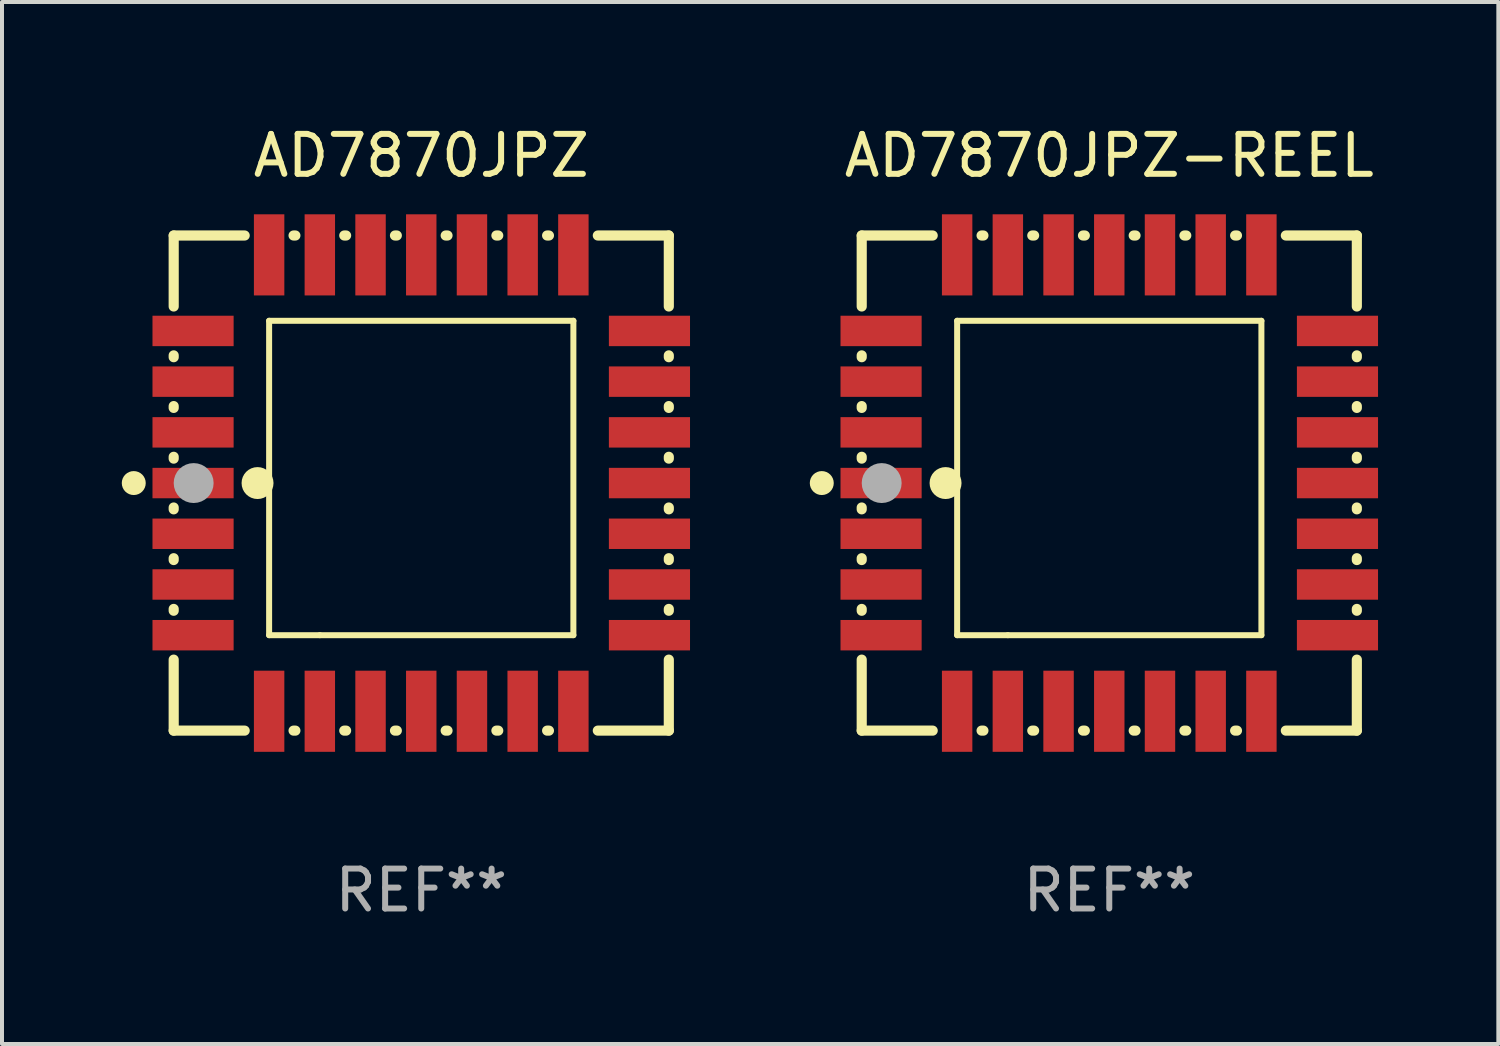
<source format=kicad_pcb>
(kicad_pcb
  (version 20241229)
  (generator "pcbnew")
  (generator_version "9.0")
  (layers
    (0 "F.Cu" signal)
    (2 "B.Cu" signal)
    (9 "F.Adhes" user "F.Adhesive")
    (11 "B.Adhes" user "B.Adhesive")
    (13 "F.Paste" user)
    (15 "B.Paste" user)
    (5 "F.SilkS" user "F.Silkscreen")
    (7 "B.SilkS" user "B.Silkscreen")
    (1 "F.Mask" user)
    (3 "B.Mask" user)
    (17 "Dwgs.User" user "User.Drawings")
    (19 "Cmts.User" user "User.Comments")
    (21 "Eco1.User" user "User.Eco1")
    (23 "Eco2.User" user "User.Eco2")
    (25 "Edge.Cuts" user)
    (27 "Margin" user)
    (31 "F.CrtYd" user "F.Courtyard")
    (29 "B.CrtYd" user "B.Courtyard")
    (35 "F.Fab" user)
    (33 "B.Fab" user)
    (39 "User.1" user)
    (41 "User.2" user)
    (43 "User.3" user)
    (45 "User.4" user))
  (footprint "AD7870JPZ-REEL"
    (layer "F.Cu")
    (at 24.731 9.048)
    (property "Reference" "AD7870JPZ-REEL" (at 0 -8.2 0) (layer "F.SilkS") (effects (font (size 1 1) (thickness 0.15))))
    (attr through_hole)
    (fp_line (start -6.2 -6.2) (end -4.422 -6.2) (stroke (width 0.254) (type solid)) (layer "F.SilkS"))
    (fp_line (start -6.2 -4.422) (end -6.2 -6.2) (stroke (width 0.254) (type solid)) (layer "F.SilkS"))
    (fp_line (start -6.2 -3.152) (end -6.2 -3.198) (stroke (width 0.254) (type solid)) (layer "F.SilkS"))
    (fp_line (start -6.2 -1.882) (end -6.2 -1.928) (stroke (width 0.254) (type solid)) (layer "F.SilkS"))
    (fp_line (start -6.2 -0.612) (end -6.2 -0.658) (stroke (width 0.254) (type solid)) (layer "F.SilkS"))
    (fp_line (start -6.2 0.658) (end -6.2 0.612) (stroke (width 0.254) (type solid)) (layer "F.SilkS"))
    (fp_line (start -6.2 1.928) (end -6.2 1.882) (stroke (width 0.254) (type solid)) (layer "F.SilkS"))
    (fp_line (start -6.2 3.198) (end -6.2 3.152) (stroke (width 0.254) (type solid)) (layer "F.SilkS"))
    (fp_line (start -6.2 6.2) (end -6.2 4.422) (stroke (width 0.254) (type solid)) (layer "F.SilkS"))
    (fp_line (start -4.422 6.2) (end -6.2 6.2) (stroke (width 0.254) (type solid)) (layer "F.SilkS"))
    (fp_line (start -3.81 -4.064) (end 3.81 -4.064) (stroke (width 0.15) (type solid)) (layer "F.SilkS"))
    (fp_line (start -3.81 3.81) (end -3.81 -4.064) (stroke (width 0.15) (type solid)) (layer "F.SilkS"))
    (fp_line (start -3.198 -6.2) (end -3.152 -6.2) (stroke (width 0.254) (type solid)) (layer "F.SilkS"))
    (fp_line (start -3.152 6.2) (end -3.198 6.2) (stroke (width 0.254) (type solid)) (layer "F.SilkS"))
    (fp_line (start -2.54 3.81) (end -3.81 3.81) (stroke (width 0.15) (type solid)) (layer "F.SilkS"))
    (fp_line (start -1.928 -6.2) (end -1.882 -6.2) (stroke (width 0.254) (type solid)) (layer "F.SilkS"))
    (fp_line (start -1.882 6.2) (end -1.928 6.2) (stroke (width 0.254) (type solid)) (layer "F.SilkS"))
    (fp_line (start -0.658 -6.2) (end -0.612 -6.2) (stroke (width 0.254) (type solid)) (layer "F.SilkS"))
    (fp_line (start -0.612 6.2) (end -0.658 6.2) (stroke (width 0.254) (type solid)) (layer "F.SilkS"))
    (fp_line (start 0.612 -6.2) (end 0.658 -6.2) (stroke (width 0.254) (type solid)) (layer "F.SilkS"))
    (fp_line (start 0.658 6.2) (end 0.612 6.2) (stroke (width 0.254) (type solid)) (layer "F.SilkS"))
    (fp_line (start 1.882 -6.2) (end 1.928 -6.2) (stroke (width 0.254) (type solid)) (layer "F.SilkS"))
    (fp_line (start 1.928 6.2) (end 1.882 6.2) (stroke (width 0.254) (type solid)) (layer "F.SilkS"))
    (fp_line (start 3.152 -6.2) (end 3.198 -6.2) (stroke (width 0.254) (type solid)) (layer "F.SilkS"))
    (fp_line (start 3.198 6.2) (end 3.152 6.2) (stroke (width 0.254) (type solid)) (layer "F.SilkS"))
    (fp_line (start 3.81 -4.064) (end 3.81 3.81) (stroke (width 0.15) (type solid)) (layer "F.SilkS"))
    (fp_line (start 3.81 3.81) (end -2.54 3.81) (stroke (width 0.15) (type solid)) (layer "F.SilkS"))
    (fp_line (start 4.422 -6.2) (end 6.2 -6.2) (stroke (width 0.254) (type solid)) (layer "F.SilkS"))
    (fp_line (start 6.2 -6.2) (end 6.2 -4.422) (stroke (width 0.254) (type solid)) (layer "F.SilkS"))
    (fp_line (start 6.2 -3.198) (end 6.2 -3.152) (stroke (width 0.254) (type solid)) (layer "F.SilkS"))
    (fp_line (start 6.2 -1.928) (end 6.2 -1.882) (stroke (width 0.254) (type solid)) (layer "F.SilkS"))
    (fp_line (start 6.2 -0.658) (end 6.2 -0.612) (stroke (width 0.254) (type solid)) (layer "F.SilkS"))
    (fp_line (start 6.2 0.612) (end 6.2 0.658) (stroke (width 0.254) (type solid)) (layer "F.SilkS"))
    (fp_line (start 6.2 1.882) (end 6.2 1.928) (stroke (width 0.254) (type solid)) (layer "F.SilkS"))
    (fp_line (start 6.2 3.152) (end 6.2 3.198) (stroke (width 0.254) (type solid)) (layer "F.SilkS"))
    (fp_line (start 6.2 4.422) (end 6.2 6.2) (stroke (width 0.254) (type solid)) (layer "F.SilkS"))
    (fp_line (start 6.2 6.2) (end 4.422 6.2) (stroke (width 0.254) (type solid)) (layer "F.SilkS"))
    (fp_circle (center -7.2 0) (end -7.05 0) (stroke (width 0.3) (type solid)) (fill no) (layer "F.SilkS"))
    (fp_circle (center -6.223 6.223) (end -6.193 6.223) (stroke (width 0.06) (type solid)) (fill no) (layer "F.SilkS"))
    (fp_circle (center -4.1 0) (end -3.9 0) (stroke (width 0.4) (type solid)) (fill no) (layer "F.SilkS"))
    (fp_circle (center -5.7 0) (end -5.45 0) (stroke (width 0.5) (type solid)) (fill no) (layer "F.Fab"))
    (fp_text user "REF**" (at 0 10.2 0) (layer "F.Fab") (effects (font (size 1 1) (thickness 0.15))))
    (pad "1" smd rect (at -5.715 0) (size 2.032 0.762) (layers "F.Cu" "F.Mask" "F.Paste"))
    (pad "2" smd rect (at -5.715 1.27) (size 2.032 0.762) (layers "F.Cu" "F.Mask" "F.Paste"))
    (pad "3" smd rect (at -5.715 2.54) (size 2.032 0.762) (layers "F.Cu" "F.Mask" "F.Paste"))
    (pad "4" smd rect (at -5.715 3.81) (size 2.032 0.762) (layers "F.Cu" "F.Mask" "F.Paste"))
    (pad "5" smd rect (at -3.81 5.715) (size 0.762 2.032) (layers "F.Cu" "F.Mask" "F.Paste"))
    (pad "6" smd rect (at -2.54 5.715) (size 0.762 2.032) (layers "F.Cu" "F.Mask" "F.Paste"))
    (pad "7" smd rect (at -1.27 5.715) (size 0.762 2.032) (layers "F.Cu" "F.Mask" "F.Paste"))
    (pad "8" smd rect (at 0 5.715) (size 0.762 2.032) (layers "F.Cu" "F.Mask" "F.Paste"))
    (pad "9" smd rect (at 1.27 5.715) (size 0.762 2.032) (layers "F.Cu" "F.Mask" "F.Paste"))
    (pad "10" smd rect (at 2.54 5.715) (size 0.762 2.032) (layers "F.Cu" "F.Mask" "F.Paste"))
    (pad "11" smd rect (at 3.81 5.715) (size 0.762 2.032) (layers "F.Cu" "F.Mask" "F.Paste"))
    (pad "12" smd rect (at 5.715 3.81) (size 2.032 0.762) (layers "F.Cu" "F.Mask" "F.Paste"))
    (pad "13" smd rect (at 5.715 2.54) (size 2.032 0.762) (layers "F.Cu" "F.Mask" "F.Paste"))
    (pad "14" smd rect (at 5.715 1.27) (size 2.032 0.762) (layers "F.Cu" "F.Mask" "F.Paste"))
    (pad "15" smd rect (at 5.715 0) (size 2.032 0.762) (layers "F.Cu" "F.Mask" "F.Paste"))
    (pad "16" smd rect (at 5.715 -1.27) (size 2.032 0.762) (layers "F.Cu" "F.Mask" "F.Paste"))
    (pad "17" smd rect (at 5.715 -2.54) (size 2.032 0.762) (layers "F.Cu" "F.Mask" "F.Paste"))
    (pad "18" smd rect (at 5.715 -3.81) (size 2.032 0.762) (layers "F.Cu" "F.Mask" "F.Paste"))
    (pad "19" smd rect (at 3.81 -5.715) (size 0.762 2.032) (layers "F.Cu" "F.Mask" "F.Paste"))
    (pad "20" smd rect (at 2.54 -5.715) (size 0.762 2.032) (layers "F.Cu" "F.Mask" "F.Paste"))
    (pad "21" smd rect (at 1.27 -5.715) (size 0.762 2.032) (layers "F.Cu" "F.Mask" "F.Paste"))
    (pad "22" smd rect (at 0 -5.715) (size 0.762 2.032) (layers "F.Cu" "F.Mask" "F.Paste"))
    (pad "23" smd rect (at -1.27 -5.715) (size 0.762 2.032) (layers "F.Cu" "F.Mask" "F.Paste"))
    (pad "24" smd rect (at -2.54 -5.715) (size 0.762 2.032) (layers "F.Cu" "F.Mask" "F.Paste"))
    (pad "25" smd rect (at -3.81 -5.715) (size 0.762 2.032) (layers "F.Cu" "F.Mask" "F.Paste"))
    (pad "26" smd rect (at -5.715 -3.81) (size 2.032 0.762) (layers "F.Cu" "F.Mask" "F.Paste"))
    (pad "27" smd rect (at -5.715 -2.54) (size 2.032 0.762) (layers "F.Cu" "F.Mask" "F.Paste"))
    (pad "28" smd rect (at -5.715 -1.27) (size 2.032 0.762) (layers "F.Cu" "F.Mask" "F.Paste")))
  (footprint "AD7870JPZ"
    (layer "F.Cu")
    (at 7.5 9.048)
    (property "Reference" "AD7870JPZ" (at 0 -8.2 0) (layer "F.SilkS") (effects (font (size 1 1) (thickness 0.15))))
    (attr through_hole)
    (fp_line (start -6.2 -6.2) (end -4.422 -6.2) (stroke (width 0.254) (type solid)) (layer "F.SilkS"))
    (fp_line (start -6.2 -4.422) (end -6.2 -6.2) (stroke (width 0.254) (type solid)) (layer "F.SilkS"))
    (fp_line (start -6.2 -3.152) (end -6.2 -3.198) (stroke (width 0.254) (type solid)) (layer "F.SilkS"))
    (fp_line (start -6.2 -1.882) (end -6.2 -1.928) (stroke (width 0.254) (type solid)) (layer "F.SilkS"))
    (fp_line (start -6.2 -0.612) (end -6.2 -0.658) (stroke (width 0.254) (type solid)) (layer "F.SilkS"))
    (fp_line (start -6.2 0.658) (end -6.2 0.612) (stroke (width 0.254) (type solid)) (layer "F.SilkS"))
    (fp_line (start -6.2 1.928) (end -6.2 1.882) (stroke (width 0.254) (type solid)) (layer "F.SilkS"))
    (fp_line (start -6.2 3.198) (end -6.2 3.152) (stroke (width 0.254) (type solid)) (layer "F.SilkS"))
    (fp_line (start -6.2 6.2) (end -6.2 4.422) (stroke (width 0.254) (type solid)) (layer "F.SilkS"))
    (fp_line (start -4.422 6.2) (end -6.2 6.2) (stroke (width 0.254) (type solid)) (layer "F.SilkS"))
    (fp_line (start -3.81 -4.064) (end 3.81 -4.064) (stroke (width 0.15) (type solid)) (layer "F.SilkS"))
    (fp_line (start -3.81 3.81) (end -3.81 -4.064) (stroke (width 0.15) (type solid)) (layer "F.SilkS"))
    (fp_line (start -3.198 -6.2) (end -3.152 -6.2) (stroke (width 0.254) (type solid)) (layer "F.SilkS"))
    (fp_line (start -3.152 6.2) (end -3.198 6.2) (stroke (width 0.254) (type solid)) (layer "F.SilkS"))
    (fp_line (start -2.54 3.81) (end -3.81 3.81) (stroke (width 0.15) (type solid)) (layer "F.SilkS"))
    (fp_line (start -1.928 -6.2) (end -1.882 -6.2) (stroke (width 0.254) (type solid)) (layer "F.SilkS"))
    (fp_line (start -1.882 6.2) (end -1.928 6.2) (stroke (width 0.254) (type solid)) (layer "F.SilkS"))
    (fp_line (start -0.658 -6.2) (end -0.612 -6.2) (stroke (width 0.254) (type solid)) (layer "F.SilkS"))
    (fp_line (start -0.612 6.2) (end -0.658 6.2) (stroke (width 0.254) (type solid)) (layer "F.SilkS"))
    (fp_line (start 0.612 -6.2) (end 0.658 -6.2) (stroke (width 0.254) (type solid)) (layer "F.SilkS"))
    (fp_line (start 0.658 6.2) (end 0.612 6.2) (stroke (width 0.254) (type solid)) (layer "F.SilkS"))
    (fp_line (start 1.882 -6.2) (end 1.928 -6.2) (stroke (width 0.254) (type solid)) (layer "F.SilkS"))
    (fp_line (start 1.928 6.2) (end 1.882 6.2) (stroke (width 0.254) (type solid)) (layer "F.SilkS"))
    (fp_line (start 3.152 -6.2) (end 3.198 -6.2) (stroke (width 0.254) (type solid)) (layer "F.SilkS"))
    (fp_line (start 3.198 6.2) (end 3.152 6.2) (stroke (width 0.254) (type solid)) (layer "F.SilkS"))
    (fp_line (start 3.81 -4.064) (end 3.81 3.81) (stroke (width 0.15) (type solid)) (layer "F.SilkS"))
    (fp_line (start 3.81 3.81) (end -2.54 3.81) (stroke (width 0.15) (type solid)) (layer "F.SilkS"))
    (fp_line (start 4.422 -6.2) (end 6.2 -6.2) (stroke (width 0.254) (type solid)) (layer "F.SilkS"))
    (fp_line (start 6.2 -6.2) (end 6.2 -4.422) (stroke (width 0.254) (type solid)) (layer "F.SilkS"))
    (fp_line (start 6.2 -3.198) (end 6.2 -3.152) (stroke (width 0.254) (type solid)) (layer "F.SilkS"))
    (fp_line (start 6.2 -1.928) (end 6.2 -1.882) (stroke (width 0.254) (type solid)) (layer "F.SilkS"))
    (fp_line (start 6.2 -0.658) (end 6.2 -0.612) (stroke (width 0.254) (type solid)) (layer "F.SilkS"))
    (fp_line (start 6.2 0.612) (end 6.2 0.658) (stroke (width 0.254) (type solid)) (layer "F.SilkS"))
    (fp_line (start 6.2 1.882) (end 6.2 1.928) (stroke (width 0.254) (type solid)) (layer "F.SilkS"))
    (fp_line (start 6.2 3.152) (end 6.2 3.198) (stroke (width 0.254) (type solid)) (layer "F.SilkS"))
    (fp_line (start 6.2 4.422) (end 6.2 6.2) (stroke (width 0.254) (type solid)) (layer "F.SilkS"))
    (fp_line (start 6.2 6.2) (end 4.422 6.2) (stroke (width 0.254) (type solid)) (layer "F.SilkS"))
    (fp_circle (center -7.2 0) (end -7.05 0) (stroke (width 0.3) (type solid)) (fill no) (layer "F.SilkS"))
    (fp_circle (center -6.223 6.223) (end -6.193 6.223) (stroke (width 0.06) (type solid)) (fill no) (layer "F.SilkS"))
    (fp_circle (center -4.1 0) (end -3.9 0) (stroke (width 0.4) (type solid)) (fill no) (layer "F.SilkS"))
    (fp_circle (center -5.7 0) (end -5.45 0) (stroke (width 0.5) (type solid)) (fill no) (layer "F.Fab"))
    (fp_text user "REF**" (at 0 10.2 0) (layer "F.Fab") (effects (font (size 1 1) (thickness 0.15))))
    (pad "1" smd rect (at -5.715 0) (size 2.032 0.762) (layers "F.Cu" "F.Mask" "F.Paste"))
    (pad "2" smd rect (at -5.715 1.27) (size 2.032 0.762) (layers "F.Cu" "F.Mask" "F.Paste"))
    (pad "3" smd rect (at -5.715 2.54) (size 2.032 0.762) (layers "F.Cu" "F.Mask" "F.Paste"))
    (pad "4" smd rect (at -5.715 3.81) (size 2.032 0.762) (layers "F.Cu" "F.Mask" "F.Paste"))
    (pad "5" smd rect (at -3.81 5.715) (size 0.762 2.032) (layers "F.Cu" "F.Mask" "F.Paste"))
    (pad "6" smd rect (at -2.54 5.715) (size 0.762 2.032) (layers "F.Cu" "F.Mask" "F.Paste"))
    (pad "7" smd rect (at -1.27 5.715) (size 0.762 2.032) (layers "F.Cu" "F.Mask" "F.Paste"))
    (pad "8" smd rect (at 0 5.715) (size 0.762 2.032) (layers "F.Cu" "F.Mask" "F.Paste"))
    (pad "9" smd rect (at 1.27 5.715) (size 0.762 2.032) (layers "F.Cu" "F.Mask" "F.Paste"))
    (pad "10" smd rect (at 2.54 5.715) (size 0.762 2.032) (layers "F.Cu" "F.Mask" "F.Paste"))
    (pad "11" smd rect (at 3.81 5.715) (size 0.762 2.032) (layers "F.Cu" "F.Mask" "F.Paste"))
    (pad "12" smd rect (at 5.715 3.81) (size 2.032 0.762) (layers "F.Cu" "F.Mask" "F.Paste"))
    (pad "13" smd rect (at 5.715 2.54) (size 2.032 0.762) (layers "F.Cu" "F.Mask" "F.Paste"))
    (pad "14" smd rect (at 5.715 1.27) (size 2.032 0.762) (layers "F.Cu" "F.Mask" "F.Paste"))
    (pad "15" smd rect (at 5.715 0) (size 2.032 0.762) (layers "F.Cu" "F.Mask" "F.Paste"))
    (pad "16" smd rect (at 5.715 -1.27) (size 2.032 0.762) (layers "F.Cu" "F.Mask" "F.Paste"))
    (pad "17" smd rect (at 5.715 -2.54) (size 2.032 0.762) (layers "F.Cu" "F.Mask" "F.Paste"))
    (pad "18" smd rect (at 5.715 -3.81) (size 2.032 0.762) (layers "F.Cu" "F.Mask" "F.Paste"))
    (pad "19" smd rect (at 3.81 -5.715) (size 0.762 2.032) (layers "F.Cu" "F.Mask" "F.Paste"))
    (pad "20" smd rect (at 2.54 -5.715) (size 0.762 2.032) (layers "F.Cu" "F.Mask" "F.Paste"))
    (pad "21" smd rect (at 1.27 -5.715) (size 0.762 2.032) (layers "F.Cu" "F.Mask" "F.Paste"))
    (pad "22" smd rect (at 0 -5.715) (size 0.762 2.032) (layers "F.Cu" "F.Mask" "F.Paste"))
    (pad "23" smd rect (at -1.27 -5.715) (size 0.762 2.032) (layers "F.Cu" "F.Mask" "F.Paste"))
    (pad "24" smd rect (at -2.54 -5.715) (size 0.762 2.032) (layers "F.Cu" "F.Mask" "F.Paste"))
    (pad "25" smd rect (at -3.81 -5.715) (size 0.762 2.032) (layers "F.Cu" "F.Mask" "F.Paste"))
    (pad "26" smd rect (at -5.715 -3.81) (size 2.032 0.762) (layers "F.Cu" "F.Mask" "F.Paste"))
    (pad "27" smd rect (at -5.715 -2.54) (size 2.032 0.762) (layers "F.Cu" "F.Mask" "F.Paste"))
    (pad "28" smd rect (at -5.715 -1.27) (size 2.032 0.762) (layers "F.Cu" "F.Mask" "F.Paste")))
  (gr_rect
    (start -3 -3)
    (end 34.475 23.096)
    (stroke (width 0.1) (type default))
    (fill no)
    (layer "Edge.Cuts")))
</source>
